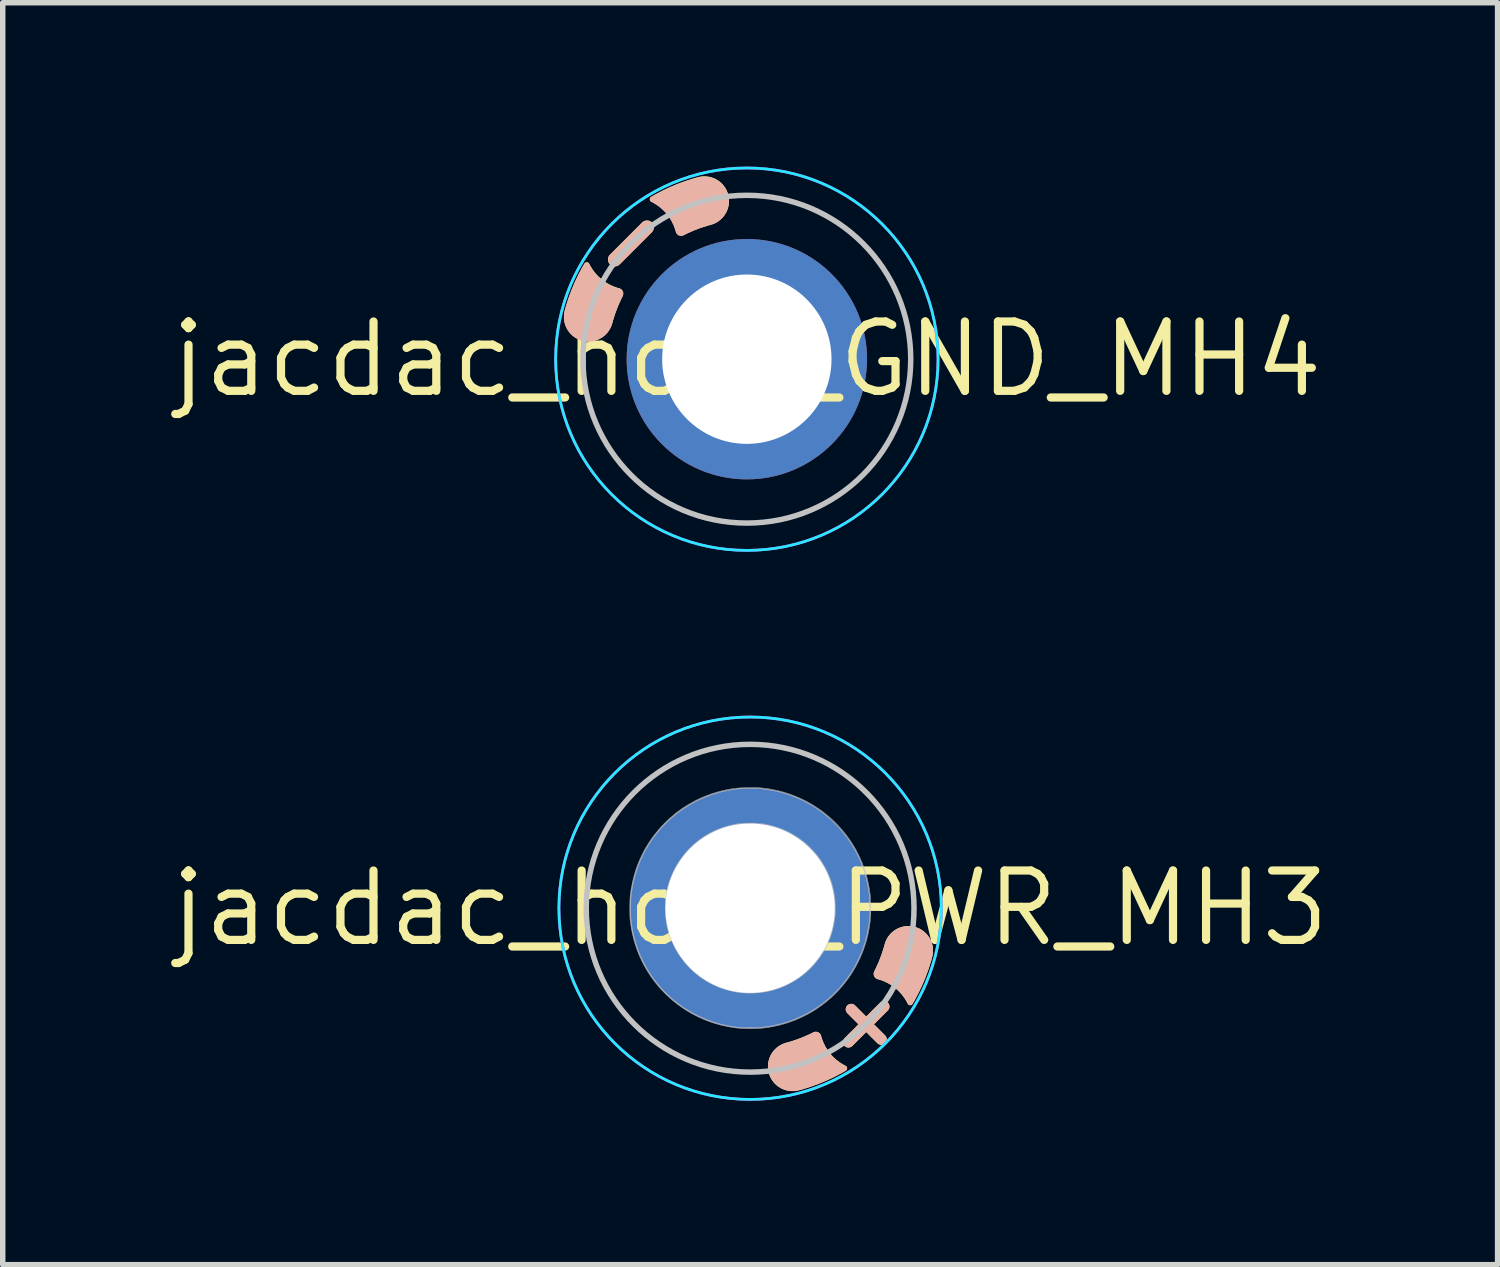
<source format=kicad_pcb>
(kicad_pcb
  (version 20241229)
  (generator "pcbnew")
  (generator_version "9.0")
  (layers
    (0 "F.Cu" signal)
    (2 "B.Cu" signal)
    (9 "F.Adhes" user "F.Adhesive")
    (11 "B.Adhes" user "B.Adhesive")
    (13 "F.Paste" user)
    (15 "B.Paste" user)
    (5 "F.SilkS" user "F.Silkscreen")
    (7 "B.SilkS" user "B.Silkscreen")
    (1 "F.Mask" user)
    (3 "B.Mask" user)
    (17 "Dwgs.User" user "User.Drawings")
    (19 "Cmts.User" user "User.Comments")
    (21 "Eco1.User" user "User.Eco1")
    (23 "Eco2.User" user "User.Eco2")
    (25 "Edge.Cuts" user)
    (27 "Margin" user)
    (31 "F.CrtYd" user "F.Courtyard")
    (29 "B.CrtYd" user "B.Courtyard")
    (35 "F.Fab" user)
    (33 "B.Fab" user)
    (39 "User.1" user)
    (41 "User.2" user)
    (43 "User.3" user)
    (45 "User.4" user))
  (footprint "jacdac_hole_PWR_MH3"
    (layer "F.Cu")
    (at 10.681 13.575)
    (property "Reference" "jacdac_hole_PWR_MH3" (at 0 0 0) (layer "F.SilkS") (effects (font (size 1.27 1.27) (thickness 0.15))))
    (attr through_hole exclude_from_bom)
    (fp_circle (center 0 0) (end 2.5 0) (stroke (width 0.1) (type solid)) (fill yes) (layer "F.Mask"))
    (fp_circle (center 0 0) (end -2.5 0) (stroke (width 0.1) (type solid)) (fill yes) (layer "B.Mask"))
    (fp_line (start 1.8 2.45) (end 2.45 1.8) (stroke (width 0.2) (type solid)) (layer "F.SilkS"))
    (fp_line (start 1.85 1.85) (end 2.4 2.4) (stroke (width 0.2) (type solid)) (layer "F.SilkS"))
    (fp_poly (pts (arc (start 0.659989 2.463111) (mid 0.341792 3.014246) (end 0.892926 3.332444)) (arc (start 0.892926 3.332444) (mid 1.334087 3.181621) (end 1.750884 2.972693)) (arc (start 1.750884 2.972693) (mid 1.775472 2.927688) (end 1.747498 2.884706)) (arc (start 1.747498 2.884706) (mid 1.463371 2.659468) (end 1.298959 2.336314)) (arc (start 1.298959 2.336314) (mid 1.243179 2.270384) (end 1.156844 2.27249)) (arc (start 1.156844 2.27249) (mid 0.913403 2.380797) (end 0.659989 2.463111))) (stroke (width 0) (type solid)) (fill yes) (layer "F.SilkS"))
    (fp_poly (pts (arc (start 2.27249 1.156844) (mid 2.380797 0.913403) (end 2.463111 0.659989)) (arc (start 2.463111 0.659989) (mid 3.014247 0.341791) (end 3.332444 0.892926)) (arc (start 3.332444 0.892926) (mid 3.181621 1.334087) (end 2.972693 1.750884)) (arc (start 2.972693 1.750884) (mid 2.927688 1.775472) (end 2.884706 1.747498)) (arc (start 2.884706 1.747498) (mid 2.659468 1.463371) (end 2.336314 1.298959)) (arc (start 2.336314 1.298959) (mid 2.270384 1.243179) (end 2.27249 1.156844))) (stroke (width 0) (type solid)) (fill yes) (layer "F.SilkS"))
    (fp_line (start 1.8 2.45) (end 2.45 1.8) (stroke (width 0.2) (type solid)) (layer "B.SilkS"))
    (fp_line (start 1.85 1.85) (end 2.4 2.4) (stroke (width 0.2) (type solid)) (layer "B.SilkS"))
    (fp_poly (pts (arc (start 0.659989 2.463111) (mid 0.341792 3.014246) (end 0.892926 3.332444)) (arc (start 0.892926 3.332444) (mid 1.334087 3.181621) (end 1.750884 2.972693)) (arc (start 1.750884 2.972693) (mid 1.775472 2.927688) (end 1.747498 2.884706)) (arc (start 1.747498 2.884706) (mid 1.463371 2.659468) (end 1.298959 2.336314)) (arc (start 1.298959 2.336314) (mid 1.243179 2.270384) (end 1.156844 2.27249)) (arc (start 1.156844 2.27249) (mid 0.913403 2.380797) (end 0.659989 2.463111))) (stroke (width 0) (type solid)) (fill yes) (layer "B.SilkS"))
    (fp_poly (pts (arc (start 2.27249 1.156844) (mid 2.380797 0.913403) (end 2.463111 0.659989)) (arc (start 2.463111 0.659989) (mid 3.014247 0.341791) (end 3.332444 0.892926)) (arc (start 3.332444 0.892926) (mid 3.181621 1.334087) (end 2.972693 1.750884)) (arc (start 2.972693 1.750884) (mid 2.927688 1.775472) (end 2.884706 1.747498)) (arc (start 2.884706 1.747498) (mid 2.659468 1.463371) (end 2.336314 1.298959)) (arc (start 2.336314 1.298959) (mid 2.270384 1.243179) (end 2.27249 1.156844))) (stroke (width 0) (type solid)) (fill yes) (layer "B.SilkS"))
    (fp_circle (center 0 0) (end 0 -3) (stroke (width 0.1) (type solid)) (fill no) (layer "Dwgs.User"))
    (fp_poly (pts (xy -1.553 -0.051) (xy -1.545 -0.173) (xy -1.528 -0.291) (xy -1.503 -0.405) (xy -1.468 -0.517) (xy -1.424 -0.628) (xy -1.397 -0.686) (xy -1.337 -0.796) (xy -1.269 -0.901) (xy -1.194 -0.999) (xy -1.112 -1.09) (xy -1.023 -1.175) (xy -0.929 -1.252) (xy -0.828 -1.321) (xy -0.722 -1.382) (xy -0.611 -1.435) (xy -0.496 -1.478) (xy -0.377 -1.513) (xy -0.321 -1.526) (xy -0.278 -1.535) (xy -0.239 -1.542) (xy -0.204 -1.547) (xy -0.169 -1.551) (xy -0.133 -1.554) (xy -0.093 -1.556) (xy -0.047 -1.556) (xy 0.005 -1.557) (xy 0.061 -1.556) (xy 0.109 -1.555) (xy 0.152 -1.553) (xy 0.191 -1.549) (xy 0.23 -1.544) (xy 0.269 -1.538) (xy 0.312 -1.529) (xy 0.348 -1.521) (xy 0.466 -1.49) (xy 0.582 -1.448) (xy 0.695 -1.398) (xy 0.803 -1.339) (xy 0.907 -1.271) (xy 1.004 -1.195) (xy 1.019 -1.183) (xy 1.111 -1.097) (xy 1.195 -1.005) (xy 1.271 -0.906) (xy 1.339 -0.802) (xy 1.4 -0.69) (xy 1.401 -0.687) (xy 1.443 -0.596) (xy 1.477 -0.505) (xy 1.505 -0.413) (xy 1.528 -0.317) (xy 1.545 -0.221) (xy 1.549 -0.191) (xy 1.552 -0.158) (xy 1.554 -0.12) (xy 1.556 -0.076) (xy 1.557 -0.03) (xy 1.557 0.005) (xy 1.557 0.039) (xy 1.557 0.068) (xy 1.557 0.092) (xy 1.557 0.108) (xy 1.557 0.114) (xy 1.543 0.226) (xy 1.524 0.33) (xy 1.499 0.429) (xy 1.469 0.524) (xy 1.431 0.618) (xy 1.395 0.696) (xy 1.338 0.8) (xy 1.274 0.898) (xy 1.203 0.99) (xy 1.124 1.078) (xy 1.086 1.115) (xy 1.045 1.154) (xy 1.007 1.188) (xy 0.969 1.219) (xy 0.929 1.249) (xy 0.884 1.281) (xy 0.862 1.296) (xy 0.755 1.361) (xy 0.644 1.417) (xy 0.53 1.463) (xy 0.412 1.5) (xy 0.292 1.528) (xy 0.168 1.545) (xy 0.048 1.553) (xy -0.003 1.553) (xy -0.003 1.537) (xy 0.042 1.536) (xy 0.085 1.536) (xy 0.124 1.534) (xy 0.158 1.533) (xy 0.183 1.53) (xy 0.188 1.53) (xy 0.317 1.507) (xy 0.44 1.476) (xy 0.559 1.436) (xy 0.672 1.387) (xy 0.78 1.33) (xy 0.883 1.264) (xy 0.981 1.189) (xy 1.075 1.105) (xy 1.092 1.087) (xy 1.176 0.996) (xy 1.252 0.9) (xy 1.32 0.798) (xy 1.38 0.691) (xy 1.431 0.581) (xy 1.472 0.467) (xy 1.505 0.35) (xy 1.527 0.231) (xy 1.534 0.183) (xy 1.536 0.16) (xy 1.539 0.138) (xy 1.541 0.122) (xy 1.541 0.117) (xy 1.542 0.1) (xy 1.543 0.075) (xy 1.543 0.044) (xy 1.542 0.008) (xy 1.542 -0.031) (xy 1.54 -0.07) (xy 1.539 -0.109) (xy 1.537 -0.144) (xy 1.535 -0.175) (xy 1.533 -0.198) (xy 1.532 -0.208) (xy 1.511 -0.326) (xy 1.483 -0.437) (xy 1.448 -0.543) (xy 1.405 -0.646) (xy 1.354 -0.746) (xy 1.294 -0.845) (xy 1.288 -0.853) (xy 1.242 -0.92) (xy 1.194 -0.982) (xy 1.141 -1.042) (xy 1.092 -1.092) (xy 1.001 -1.177) (xy 0.903 -1.254) (xy 0.801 -1.322) (xy 0.694 -1.381) (xy 0.583 -1.432) (xy 0.468 -1.474) (xy 0.35 -1.505) (xy 0.302 -1.516) (xy 0.26 -1.523) (xy 0.224 -1.529) (xy 0.192 -1.534) (xy 0.16 -1.537) (xy 0.127 -1.54) (xy 0.091 -1.541) (xy 0.048 -1.542) (xy 0.003 -1.542) (xy -0.049 -1.541) (xy -0.095 -1.54) (xy -0.134 -1.539) (xy -0.165 -1.537) (xy -0.183 -1.535) (xy -0.302 -1.515) (xy -0.415 -1.488) (xy -0.522 -1.454) (xy -0.625 -1.412) (xy -0.726 -1.362) (xy -0.825 -1.303) (xy -0.848 -1.288) (xy -0.915 -1.242) (xy -0.977 -1.194) (xy -1.037 -1.141) (xy -1.087 -1.092) (xy -1.173 -1) (xy -1.25 -0.903) (xy -1.318 -0.801) (xy -1.377 -0.694) (xy -1.427 -0.582) (xy -1.468 -0.465) (xy -1.501 -0.343) (xy -1.526 -0.216) (xy -1.53 -0.188) (xy -1.532 -0.164) (xy -1.534 -0.132) (xy -1.535 -0.094) (xy -1.536 -0.052) (xy -1.537 -0.007) (xy -1.536 0.037) (xy -1.536 0.08) (xy -1.534 0.119) (xy -1.533 0.153) (xy -1.53 0.179) (xy -1.53 0.183) (xy -1.507 0.312) (xy -1.476 0.435) (xy -1.436 0.554) (xy -1.387 0.667) (xy -1.33 0.775) (xy -1.264 0.878) (xy -1.189 0.976) (xy -1.105 1.069) (xy -1.087 1.087) (xy -0.995 1.173) (xy -0.898 1.25) (xy -0.796 1.317) (xy -0.69 1.376) (xy -0.578 1.427) (xy -0.461 1.468) (xy -0.339 1.501) (xy -0.211 1.526) (xy -0.183 1.53) (xy -0.159 1.532) (xy -0.127 1.534) (xy -0.089 1.536) (xy -0.047 1.536) (xy -0.003 1.537) (xy -0.003 1.553) (xy -0.045 1.553) (xy -0.132 1.549) (xy -0.217 1.54) (xy -0.303 1.525) (xy -0.373 1.509) (xy -0.49 1.476) (xy -0.604 1.433) (xy -0.714 1.381) (xy -0.819 1.321) (xy -0.92 1.253) (xy -1.015 1.177) (xy -1.103 1.094) (xy -1.186 1.004) (xy -1.261 0.908) (xy -1.329 0.807) (xy -1.388 0.7) (xy -1.39 0.696) (xy -1.441 0.583) (xy -1.483 0.469) (xy -1.514 0.354) (xy -1.537 0.237) (xy -1.55 0.116) (xy -1.554 -0.008) (xy -1.553 -0.051)) (stroke (width 0.01) (type solid)) (fill no) (layer "Dwgs.User"))
    (fp_poly (pts (xy -2.202 -0.064) (xy -2.2 -0.115) (xy -2.199 -0.162) (xy -2.196 -0.203) (xy -2.193 -0.237) (xy -2.193 -0.24) (xy -2.17 -0.392) (xy -2.138 -0.54) (xy -2.097 -0.684) (xy -2.047 -0.823) (xy -1.988 -0.959) (xy -1.92 -1.089) (xy -1.843 -1.215) (xy -1.758 -1.335) (xy -1.665 -1.449) (xy -1.589 -1.532) (xy -1.479 -1.638) (xy -1.365 -1.736) (xy -1.245 -1.824) (xy -1.12 -1.904) (xy -0.99 -1.975) (xy -0.855 -2.037) (xy -0.716 -2.09) (xy -0.573 -2.134) (xy -0.534 -2.144) (xy -0.454 -2.163) (xy -0.378 -2.178) (xy -0.304 -2.189) (xy -0.23 -2.198) (xy -0.153 -2.203) (xy -0.07 -2.206) (xy -0.003 -2.207) (xy 0.055 -2.207) (xy 0.104 -2.206) (xy 0.148 -2.205) (xy 0.188 -2.203) (xy 0.226 -2.199) (xy 0.265 -2.195) (xy 0.307 -2.189) (xy 0.343 -2.184) (xy 0.489 -2.156) (xy 0.631 -2.119) (xy 0.77 -2.072) (xy 0.904 -2.017) (xy 1.035 -1.954) (xy 1.16 -1.882) (xy 1.281 -1.802) (xy 1.395 -1.715) (xy 1.504 -1.621) (xy 1.607 -1.519) (xy 1.703 -1.411) (xy 1.791 -1.297) (xy 1.873 -1.176) (xy 1.946 -1.05) (xy 2.011 -0.918) (xy 2.054 -0.818) (xy 2.1 -0.69) (xy 2.138 -0.563) (xy 2.168 -0.434) (xy 2.19 -0.3) (xy 2.197 -0.244) (xy 2.199 -0.222) (xy 2.201 -0.192) (xy 2.203 -0.156) (xy 2.205 -0.116) (xy 2.206 -0.073) (xy 2.207 -0.03) (xy 2.208 0.012) (xy 2.208 0.051) (xy 2.208 0.085) (xy 2.208 0.113) (xy 2.207 0.132) (xy 2.202 0.185) (xy 2.198 0.231) (xy 2.193 0.27) (xy 2.188 0.307) (xy 2.184 0.338) (xy 2.156 0.483) (xy 2.119 0.626) (xy 2.072 0.766) (xy 2.016 0.902) (xy 1.951 1.034) (xy 1.878 1.162) (xy 1.797 1.284) (xy 1.707 1.401) (xy 1.61 1.511) (xy 1.505 1.616) (xy 1.463 1.653) (xy 1.348 1.748) (xy 1.227 1.835) (xy 1.1 1.913) (xy 0.969 1.982) (xy 0.834 2.043) (xy 0.695 2.094) (xy 0.552 2.136) (xy 0.406 2.168) (xy 0.343 2.179) (xy 0.298 2.185) (xy 0.257 2.191) (xy 0.218 2.195) (xy 0.179 2.198) (xy 0.139 2.2) (xy 0.094 2.201) (xy 0.043 2.202) (xy -0.003 2.202) (xy -0.013 2.202) (xy -0.013 2.187) (xy 0.037 2.187) (xy 0.086 2.186) (xy 0.131 2.185) (xy 0.171 2.183) (xy 0.204 2.181) (xy 0.218 2.18) (xy 0.368 2.159) (xy 0.515 2.129) (xy 0.658 2.089) (xy 0.798 2.04) (xy 0.932 1.982) (xy 1.063 1.916) (xy 1.188 1.841) (xy 1.308 1.758) (xy 1.423 1.667) (xy 1.531 1.568) (xy 1.633 1.462) (xy 1.729 1.348) (xy 1.817 1.227) (xy 1.828 1.211) (xy 1.899 1.096) (xy 1.964 0.975) (xy 2.021 0.85) (xy 2.071 0.721) (xy 2.113 0.591) (xy 2.146 0.459) (xy 2.17 0.328) (xy 2.184 0.213) (xy 2.186 0.188) (xy 2.189 0.164) (xy 2.19 0.146) (xy 2.192 0.135) (xy 2.192 0.135) (xy 2.193 0.12) (xy 2.193 0.097) (xy 2.193 0.067) (xy 2.193 0.032) (xy 2.193 -0.007) (xy 2.192 -0.047) (xy 2.19 -0.089) (xy 2.189 -0.129) (xy 2.188 -0.166) (xy 2.186 -0.199) (xy 2.184 -0.226) (xy 2.182 -0.244) (xy 2.159 -0.395) (xy 2.127 -0.542) (xy 2.086 -0.685) (xy 2.035 -0.824) (xy 1.976 -0.959) (xy 1.907 -1.089) (xy 1.829 -1.214) (xy 1.743 -1.334) (xy 1.648 -1.449) (xy 1.552 -1.552) (xy 1.442 -1.654) (xy 1.327 -1.749) (xy 1.206 -1.834) (xy 1.081 -1.911) (xy 0.95 -1.979) (xy 0.815 -2.038) (xy 0.676 -2.089) (xy 0.533 -2.129) (xy 0.386 -2.161) (xy 0.236 -2.183) (xy 0.218 -2.185) (xy 0.186 -2.188) (xy 0.146 -2.19) (xy 0.099 -2.191) (xy 0.049 -2.192) (xy -0.004 -2.192) (xy -0.056 -2.192) (xy -0.107 -2.19) (xy -0.154 -2.189) (xy -0.195 -2.187) (xy -0.229 -2.184) (xy -0.236 -2.183) (xy -0.383 -2.161) (xy -0.523 -2.131) (xy -0.659 -2.093) (xy -0.791 -2.046) (xy -0.919 -1.991) (xy -0.964 -1.97) (xy -1.096 -1.899) (xy -1.222 -1.82) (xy -1.342 -1.734) (xy -1.456 -1.639) (xy -1.562 -1.538) (xy -1.662 -1.429) (xy -1.754 -1.313) (xy -1.839 -1.191) (xy -1.916 -1.063) (xy -1.956 -0.986) (xy -2.015 -0.86) (xy -2.065 -0.731) (xy -2.107 -0.597) (xy -2.141 -0.459) (xy -2.168 -0.315) (xy -2.178 -0.241) (xy -2.181 -0.212) (xy -2.183 -0.174) (xy -2.185 -0.13) (xy -2.186 -0.082) (xy -2.187 -0.031) (xy -2.187 0.021) (xy -2.187 0.071) (xy -2.186 0.118) (xy -2.184 0.16) (xy -2.182 0.195) (xy -2.18 0.216) (xy -2.159 0.366) (xy -2.129 0.51) (xy -2.09 0.649) (xy -2.044 0.784) (xy -1.988 0.915) (xy -1.966 0.963) (xy -1.896 1.093) (xy -1.818 1.218) (xy -1.733 1.337) (xy -1.64 1.449) (xy -1.54 1.555) (xy -1.433 1.654) (xy -1.32 1.745) (xy -1.201 1.829) (xy -1.077 1.905) (xy -0.947 1.973) (xy -0.813 2.032) (xy -0.675 2.082) (xy -0.533 2.123) (xy -0.531 2.124) (xy -0.472 2.137) (xy -0.406 2.151) (xy -0.338 2.163) (xy -0.272 2.173) (xy -0.216 2.18) (xy -0.188 2.183) (xy -0.152 2.184) (xy -0.109 2.186) (xy -0.062 2.187) (xy -0.013 2.187) (xy -0.013 2.202) (xy -0.064 2.202) (xy -0.117 2.2) (xy -0.165 2.198) (xy -0.21 2.195) (xy -0.253 2.191) (xy -0.298 2.185) (xy -0.347 2.177) (xy -0.382 2.171) (xy -0.526 2.141) (xy -0.667 2.101) (xy -0.804 2.052) (xy -0.938 1.994) (xy -1.068 1.928) (xy -1.193 1.853) (xy -1.312 1.77) (xy -1.426 1.68) (xy -1.534 1.582) (xy -1.636 1.478) (xy -1.73 1.366) (xy -1.817 1.248) (xy -1.891 1.133) (xy -1.963 1.002) (xy -2.026 0.869) (xy -2.079 0.731) (xy -2.124 0.59) (xy -2.159 0.445) (xy -2.185 0.295) (xy -2.196 0.211) (xy -2.198 0.179) (xy -2.2 0.139) (xy -2.201 0.092) (xy -2.202 0.042) (xy -2.202 -0.011) (xy -2.202 -0.064)) (stroke (width 0.01) (type solid)) (fill no) (layer "Dwgs.User"))
    (fp_circle (center 0 0) (end 3.5 0) (stroke (width 0.05) (type solid)) (fill no) (layer "B.CrtYd"))
    (fp_circle (center 0 0) (end 3.5 0) (stroke (width 0.05) (type solid)) (fill no) (layer "F.CrtYd"))
    (pad "MH3" thru_hole circle (at 0 0 90) (size 4.4 4.4) (drill 3.1) (layers "*.Cu" "*.Mask"))
    (zone (net_name "") (layers "F.Cu" "B.Cu") (hatch edge 0.508) (connect_pads) (min_thickness 0.254) (filled_areas_thickness no) (keepout (tracks allowed) (vias allowed) (pads allowed) (copperpour not_allowed) (footprints allowed)) (placement (enabled no)) (fill) (polygon (pts (xy 10.681 10.57) (xy 10.332 10.59) (xy 9.988 10.651) (xy 9.654 10.751) (xy 9.333 10.89) (xy 9.03 11.064) (xy 8.75 11.273) (xy 8.496 11.513) (xy 8.271 11.78) (xy 8.079 12.072) (xy 7.922 12.385) (xy 7.802 12.713) (xy 7.722 13.053) (xy 7.681 13.4) (xy 7.681 13.75) (xy 7.722 14.097) (xy 7.802 14.437) (xy 7.922 14.765) (xy 8.079 15.078) (xy 8.271 15.37) (xy 8.496 15.637) (xy 8.75 15.877) (xy 9.03 16.086) (xy 9.333 16.26) (xy 9.654 16.399) (xy 9.988 16.499) (xy 10.332 16.56) (xy 10.681 16.58) (xy 11.03 16.56) (xy 11.374 16.499) (xy 11.709 16.399) (xy 12.03 16.26) (xy 12.333 16.086) (xy 12.613 15.877) (xy 12.867 15.637) (xy 13.092 15.37) (xy 13.284 15.078) (xy 13.441 14.765) (xy 13.56 14.437) (xy 13.641 14.097) (xy 13.681 13.75) (xy 13.681 13.4) (xy 13.641 13.053) (xy 13.56 12.713) (xy 13.441 12.385) (xy 13.284 12.072) (xy 13.092 11.78) (xy 12.867 11.513) (xy 12.613 11.273) (xy 12.333 11.064) (xy 12.03 10.89) (xy 11.709 10.751) (xy 11.374 10.651) (xy 11.03 10.59)))))
  (footprint "jacdac_hole_GND_MH4"
    (layer "F.Cu")
    (at 10.621 3.525)
    (property "Reference" "jacdac_hole_GND_MH4" (at 0 0 0) (layer "F.SilkS") (effects (font (size 1.27 1.27) (thickness 0.15))))
    (attr through_hole exclude_from_bom)
    (fp_circle (center 0 0) (end 0 -2.5) (stroke (width 0.1) (type solid)) (fill yes) (layer "F.Mask"))
    (fp_circle (center 0 0) (end 0 -2.5) (stroke (width 0.1) (type solid)) (fill yes) (layer "B.Mask"))
    (fp_poly (pts (arc (start -2.503912 -1.915506) (mid -2.503913 -1.738729) (end -2.327135 -1.738729)) (arc (start -1.738729 -2.327135) (mid -1.73873 -2.503912) (end -1.915506 -2.503912))) (stroke (width 0) (type solid)) (fill yes) (layer "F.SilkS"))
    (fp_poly (pts (arc (start -2.27249 -1.156844) (mid -2.380797 -0.913403) (end -2.463111 -0.659989)) (arc (start -2.463111 -0.659989) (mid -3.014247 -0.341791) (end -3.332444 -0.892926)) (arc (start -3.332444 -0.892926) (mid -3.181621 -1.334087) (end -2.972693 -1.750884)) (arc (start -2.972693 -1.750884) (mid -2.927688 -1.775472) (end -2.884706 -1.747498)) (arc (start -2.884706 -1.747498) (mid -2.659468 -1.463371) (end -2.336314 -1.298959)) (arc (start -2.336314 -1.298959) (mid -2.270384 -1.243179) (end -2.27249 -1.156844))) (stroke (width 0) (type solid)) (fill yes) (layer "F.SilkS"))
    (fp_poly (pts (arc (start -1.298959 -2.336314) (mid -1.243179 -2.270384) (end -1.156844 -2.27249)) (arc (start -1.156844 -2.27249) (mid -0.913403 -2.380797) (end -0.659989 -2.463111)) (arc (start -0.659989 -2.463111) (mid -0.341792 -3.014246) (end -0.892926 -3.332444)) (arc (start -0.892926 -3.332444) (mid -1.334087 -3.181621) (end -1.750884 -2.972693)) (arc (start -1.750884 -2.972693) (mid -1.775472 -2.927688) (end -1.747498 -2.884706)) (arc (start -1.747498 -2.884706) (mid -1.463371 -2.659468) (end -1.298959 -2.336314))) (stroke (width 0) (type solid)) (fill yes) (layer "F.SilkS"))
    (fp_poly (pts (arc (start -2.505774 -1.909904) (mid -2.505775 -1.733127) (end -2.328997 -1.733127)) (arc (start -1.740591 -2.321533) (mid -1.740592 -2.49831) (end -1.917368 -2.49831))) (stroke (width 0) (type solid)) (fill yes) (layer "B.SilkS"))
    (fp_poly (pts (arc (start -2.274352 -1.151242) (mid -2.382659 -0.907801) (end -2.464973 -0.654387)) (arc (start -2.464973 -0.654387) (mid -3.016109 -0.336189) (end -3.334306 -0.887324)) (arc (start -3.334306 -0.887324) (mid -3.183483 -1.328485) (end -2.974555 -1.745282)) (arc (start -2.974555 -1.745282) (mid -2.92955 -1.76987) (end -2.886568 -1.741896)) (arc (start -2.886568 -1.741896) (mid -2.66133 -1.457769) (end -2.338176 -1.293357)) (arc (start -2.338176 -1.293357) (mid -2.272246 -1.237577) (end -2.274352 -1.151242))) (stroke (width 0) (type solid)) (fill yes) (layer "B.SilkS"))
    (fp_poly (pts (arc (start -1.300821 -2.330712) (mid -1.245041 -2.264782) (end -1.158706 -2.266888)) (arc (start -1.158706 -2.266888) (mid -0.915265 -2.375195) (end -0.661851 -2.457509)) (arc (start -0.661851 -2.457509) (mid -0.343654 -3.008644) (end -0.894788 -3.326842)) (arc (start -0.894788 -3.326842) (mid -1.335949 -3.176019) (end -1.752746 -2.967091)) (arc (start -1.752746 -2.967091) (mid -1.777334 -2.922086) (end -1.74936 -2.879104)) (arc (start -1.74936 -2.879104) (mid -1.465233 -2.653866) (end -1.300821 -2.330712))) (stroke (width 0) (type solid)) (fill yes) (layer "B.SilkS"))
    (fp_circle (center 0 0) (end 0 -3) (stroke (width 0.1) (type solid)) (fill no) (layer "Dwgs.User"))
    (fp_circle (center 0 0) (end 3.5 0) (stroke (width 0.05) (type solid)) (fill no) (layer "B.CrtYd"))
    (fp_circle (center 0 0) (end 3.5 0) (stroke (width 0.05) (type solid)) (fill no) (layer "F.CrtYd"))
    (pad "MH4" thru_hole circle (at 0 0 90) (size 4.4 4.4) (drill 3.1) (layers "*.Cu" "*.Mask"))
    (zone (net_name "") (layers "F.Cu" "B.Cu") (hatch edge 0.508) (connect_pads) (min_thickness 0.254) (filled_areas_thickness no) (keepout (tracks allowed) (vias allowed) (pads allowed) (copperpour not_allowed) (footprints allowed)) (placement (enabled no)) (fill) (polygon (pts (xy 10.621 0.52) (xy 10.272 0.54) (xy 9.928 0.601) (xy 9.593 0.701) (xy 9.272 0.84) (xy 8.97 1.014) (xy 8.689 1.223) (xy 8.435 1.463) (xy 8.21 1.73) (xy 8.018 2.022) (xy 7.862 2.335) (xy 7.742 2.663) (xy 7.661 3.003) (xy 7.621 3.35) (xy 7.621 3.7) (xy 7.661 4.047) (xy 7.742 4.387) (xy 7.862 4.715) (xy 8.018 5.028) (xy 8.21 5.32) (xy 8.435 5.587) (xy 8.689 5.827) (xy 8.97 6.036) (xy 9.272 6.21) (xy 9.593 6.349) (xy 9.928 6.449) (xy 10.272 6.51) (xy 10.621 6.53) (xy 10.97 6.51) (xy 11.314 6.449) (xy 11.649 6.349) (xy 11.97 6.21) (xy 12.272 6.036) (xy 12.552 5.827) (xy 12.807 5.587) (xy 13.031 5.32) (xy 13.223 5.028) (xy 13.38 4.715) (xy 13.5 4.387) (xy 13.58 4.047) (xy 13.621 3.7) (xy 13.621 3.35) (xy 13.58 3.003) (xy 13.5 2.663) (xy 13.38 2.335) (xy 13.223 2.022) (xy 13.031 1.73) (xy 12.807 1.463) (xy 12.552 1.223) (xy 12.272 1.014) (xy 11.97 0.84) (xy 11.649 0.701) (xy 11.314 0.601) (xy 10.97 0.54)))))
  (gr_rect
    (start -3 -3)
    (end 24.363 20.1)
    (stroke (width 0.1) (type default))
    (fill no)
    (layer "Edge.Cuts")))
</source>
